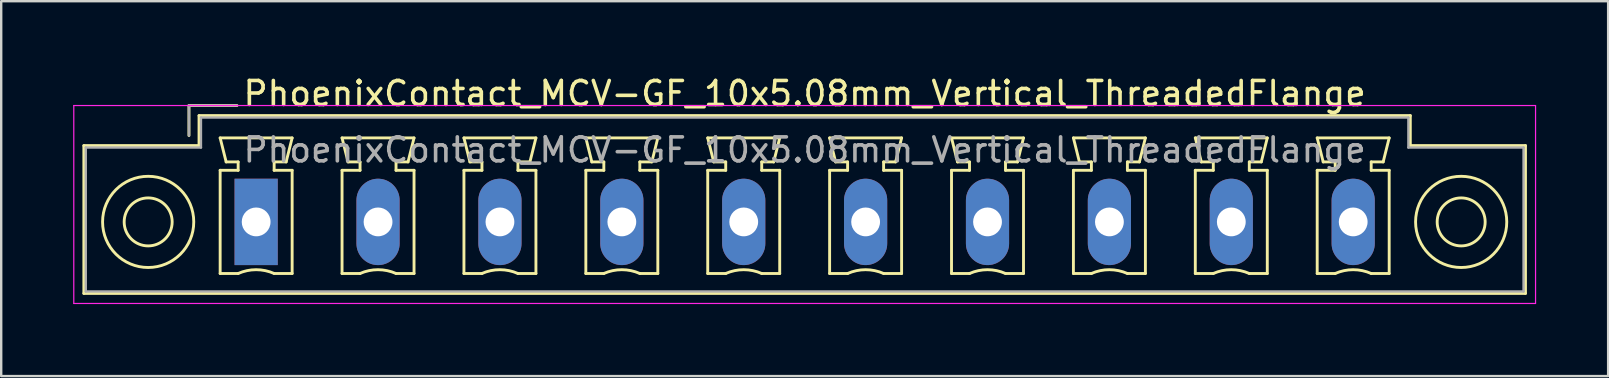
<source format=kicad_pcb>
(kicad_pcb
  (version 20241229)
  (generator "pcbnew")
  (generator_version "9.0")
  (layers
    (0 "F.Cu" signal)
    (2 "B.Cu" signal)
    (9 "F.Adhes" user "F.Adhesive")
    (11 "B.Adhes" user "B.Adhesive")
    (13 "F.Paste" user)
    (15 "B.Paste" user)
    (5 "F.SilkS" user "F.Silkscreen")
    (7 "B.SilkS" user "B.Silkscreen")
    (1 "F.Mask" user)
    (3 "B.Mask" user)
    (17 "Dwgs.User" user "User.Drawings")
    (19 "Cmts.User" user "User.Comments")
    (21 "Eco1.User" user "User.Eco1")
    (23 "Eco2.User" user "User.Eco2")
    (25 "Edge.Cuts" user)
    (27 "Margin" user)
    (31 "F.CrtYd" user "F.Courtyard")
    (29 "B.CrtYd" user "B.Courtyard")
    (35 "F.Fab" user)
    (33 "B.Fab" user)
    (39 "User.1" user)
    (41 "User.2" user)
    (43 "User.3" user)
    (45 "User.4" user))
  (footprint "PhoenixContact_MCV-GF_10x5.08mm_Vertical_ThreadedFlange"
    (layer "F.Cu")
    (at 7.625 6.198)
    (property "Reference" "PhoenixContact_MCV-GF_10x5.08mm_Vertical_ThreadedFlange" (at 22.86 -5.35 0) (layer "F.SilkS") (effects (font (size 1 1) (thickness 0.15))))
    (attr through_hole)
    (fp_line (start -7.18 -3.18) (end -7.18 2.98) (stroke (width 0.12) (type solid)) (layer "F.SilkS"))
    (fp_line (start -7.18 2.98) (end 52.9 2.98) (stroke (width 0.12) (type solid)) (layer "F.SilkS"))
    (fp_line (start -2.8 -4.85) (end -0.8 -4.85) (stroke (width 0.12) (type solid)) (layer "F.SilkS"))
    (fp_line (start -2.8 -3.6) (end -2.8 -4.85) (stroke (width 0.12) (type solid)) (layer "F.SilkS"))
    (fp_line (start -2.38 -4.43) (end -2.38 -3.18) (stroke (width 0.12) (type solid)) (layer "F.SilkS"))
    (fp_line (start -2.38 -3.18) (end -7.18 -3.18) (stroke (width 0.12) (type solid)) (layer "F.SilkS"))
    (fp_line (start -1.5 -3.5) (end 1.5 -3.5) (stroke (width 0.12) (type solid)) (layer "F.SilkS"))
    (fp_line (start -1.5 -2.15) (end -0.75 -2.15) (stroke (width 0.12) (type solid)) (layer "F.SilkS"))
    (fp_line (start -1.5 2.15) (end -1.5 -2.15) (stroke (width 0.12) (type solid)) (layer "F.SilkS"))
    (fp_line (start -1.25 -2.5) (end -1.5 -3.5) (stroke (width 0.12) (type solid)) (layer "F.SilkS"))
    (fp_line (start -0.75 -2.5) (end -1.25 -2.5) (stroke (width 0.12) (type solid)) (layer "F.SilkS"))
    (fp_line (start -0.75 -2.15) (end -0.75 -2.5) (stroke (width 0.12) (type solid)) (layer "F.SilkS"))
    (fp_line (start -0.75 2.15) (end -1.5 2.15) (stroke (width 0.12) (type solid)) (layer "F.SilkS"))
    (fp_line (start 0.75 -2.5) (end 0.75 -2.15) (stroke (width 0.12) (type solid)) (layer "F.SilkS"))
    (fp_line (start 0.75 -2.15) (end 1.5 -2.15) (stroke (width 0.12) (type solid)) (layer "F.SilkS"))
    (fp_line (start 1.25 -2.5) (end 0.75 -2.5) (stroke (width 0.12) (type solid)) (layer "F.SilkS"))
    (fp_line (start 1.5 -3.5) (end 1.25 -2.5) (stroke (width 0.12) (type solid)) (layer "F.SilkS"))
    (fp_line (start 1.5 -2.15) (end 1.5 2.15) (stroke (width 0.12) (type solid)) (layer "F.SilkS"))
    (fp_line (start 1.5 2.15) (end 0.75 2.15) (stroke (width 0.12) (type solid)) (layer "F.SilkS"))
    (fp_line (start 3.58 -3.5) (end 6.58 -3.5) (stroke (width 0.12) (type solid)) (layer "F.SilkS"))
    (fp_line (start 3.58 -2.15) (end 4.33 -2.15) (stroke (width 0.12) (type solid)) (layer "F.SilkS"))
    (fp_line (start 3.58 2.15) (end 3.58 -2.15) (stroke (width 0.12) (type solid)) (layer "F.SilkS"))
    (fp_line (start 3.83 -2.5) (end 3.58 -3.5) (stroke (width 0.12) (type solid)) (layer "F.SilkS"))
    (fp_line (start 4.33 -2.5) (end 3.83 -2.5) (stroke (width 0.12) (type solid)) (layer "F.SilkS"))
    (fp_line (start 4.33 -2.15) (end 4.33 -2.5) (stroke (width 0.12) (type solid)) (layer "F.SilkS"))
    (fp_line (start 4.33 2.15) (end 3.58 2.15) (stroke (width 0.12) (type solid)) (layer "F.SilkS"))
    (fp_line (start 5.83 -2.5) (end 5.83 -2.15) (stroke (width 0.12) (type solid)) (layer "F.SilkS"))
    (fp_line (start 5.83 -2.15) (end 6.58 -2.15) (stroke (width 0.12) (type solid)) (layer "F.SilkS"))
    (fp_line (start 6.33 -2.5) (end 5.83 -2.5) (stroke (width 0.12) (type solid)) (layer "F.SilkS"))
    (fp_line (start 6.58 -3.5) (end 6.33 -2.5) (stroke (width 0.12) (type solid)) (layer "F.SilkS"))
    (fp_line (start 6.58 -2.15) (end 6.58 2.15) (stroke (width 0.12) (type solid)) (layer "F.SilkS"))
    (fp_line (start 6.58 2.15) (end 5.83 2.15) (stroke (width 0.12) (type solid)) (layer "F.SilkS"))
    (fp_line (start 8.66 -3.5) (end 11.66 -3.5) (stroke (width 0.12) (type solid)) (layer "F.SilkS"))
    (fp_line (start 8.66 -2.15) (end 9.41 -2.15) (stroke (width 0.12) (type solid)) (layer "F.SilkS"))
    (fp_line (start 8.66 2.15) (end 8.66 -2.15) (stroke (width 0.12) (type solid)) (layer "F.SilkS"))
    (fp_line (start 8.91 -2.5) (end 8.66 -3.5) (stroke (width 0.12) (type solid)) (layer "F.SilkS"))
    (fp_line (start 9.41 -2.5) (end 8.91 -2.5) (stroke (width 0.12) (type solid)) (layer "F.SilkS"))
    (fp_line (start 9.41 -2.15) (end 9.41 -2.5) (stroke (width 0.12) (type solid)) (layer "F.SilkS"))
    (fp_line (start 9.41 2.15) (end 8.66 2.15) (stroke (width 0.12) (type solid)) (layer "F.SilkS"))
    (fp_line (start 10.91 -2.5) (end 10.91 -2.15) (stroke (width 0.12) (type solid)) (layer "F.SilkS"))
    (fp_line (start 10.91 -2.15) (end 11.66 -2.15) (stroke (width 0.12) (type solid)) (layer "F.SilkS"))
    (fp_line (start 11.41 -2.5) (end 10.91 -2.5) (stroke (width 0.12) (type solid)) (layer "F.SilkS"))
    (fp_line (start 11.66 -3.5) (end 11.41 -2.5) (stroke (width 0.12) (type solid)) (layer "F.SilkS"))
    (fp_line (start 11.66 -2.15) (end 11.66 2.15) (stroke (width 0.12) (type solid)) (layer "F.SilkS"))
    (fp_line (start 11.66 2.15) (end 10.91 2.15) (stroke (width 0.12) (type solid)) (layer "F.SilkS"))
    (fp_line (start 13.74 -3.5) (end 16.74 -3.5) (stroke (width 0.12) (type solid)) (layer "F.SilkS"))
    (fp_line (start 13.74 -2.15) (end 14.49 -2.15) (stroke (width 0.12) (type solid)) (layer "F.SilkS"))
    (fp_line (start 13.74 2.15) (end 13.74 -2.15) (stroke (width 0.12) (type solid)) (layer "F.SilkS"))
    (fp_line (start 13.99 -2.5) (end 13.74 -3.5) (stroke (width 0.12) (type solid)) (layer "F.SilkS"))
    (fp_line (start 14.49 -2.5) (end 13.99 -2.5) (stroke (width 0.12) (type solid)) (layer "F.SilkS"))
    (fp_line (start 14.49 -2.15) (end 14.49 -2.5) (stroke (width 0.12) (type solid)) (layer "F.SilkS"))
    (fp_line (start 14.49 2.15) (end 13.74 2.15) (stroke (width 0.12) (type solid)) (layer "F.SilkS"))
    (fp_line (start 15.99 -2.5) (end 15.99 -2.15) (stroke (width 0.12) (type solid)) (layer "F.SilkS"))
    (fp_line (start 15.99 -2.15) (end 16.74 -2.15) (stroke (width 0.12) (type solid)) (layer "F.SilkS"))
    (fp_line (start 16.49 -2.5) (end 15.99 -2.5) (stroke (width 0.12) (type solid)) (layer "F.SilkS"))
    (fp_line (start 16.74 -3.5) (end 16.49 -2.5) (stroke (width 0.12) (type solid)) (layer "F.SilkS"))
    (fp_line (start 16.74 -2.15) (end 16.74 2.15) (stroke (width 0.12) (type solid)) (layer "F.SilkS"))
    (fp_line (start 16.74 2.15) (end 15.99 2.15) (stroke (width 0.12) (type solid)) (layer "F.SilkS"))
    (fp_line (start 18.82 -3.5) (end 21.82 -3.5) (stroke (width 0.12) (type solid)) (layer "F.SilkS"))
    (fp_line (start 18.82 -2.15) (end 19.57 -2.15) (stroke (width 0.12) (type solid)) (layer "F.SilkS"))
    (fp_line (start 18.82 2.15) (end 18.82 -2.15) (stroke (width 0.12) (type solid)) (layer "F.SilkS"))
    (fp_line (start 19.07 -2.5) (end 18.82 -3.5) (stroke (width 0.12) (type solid)) (layer "F.SilkS"))
    (fp_line (start 19.57 -2.5) (end 19.07 -2.5) (stroke (width 0.12) (type solid)) (layer "F.SilkS"))
    (fp_line (start 19.57 -2.15) (end 19.57 -2.5) (stroke (width 0.12) (type solid)) (layer "F.SilkS"))
    (fp_line (start 19.57 2.15) (end 18.82 2.15) (stroke (width 0.12) (type solid)) (layer "F.SilkS"))
    (fp_line (start 21.07 -2.5) (end 21.07 -2.15) (stroke (width 0.12) (type solid)) (layer "F.SilkS"))
    (fp_line (start 21.07 -2.15) (end 21.82 -2.15) (stroke (width 0.12) (type solid)) (layer "F.SilkS"))
    (fp_line (start 21.57 -2.5) (end 21.07 -2.5) (stroke (width 0.12) (type solid)) (layer "F.SilkS"))
    (fp_line (start 21.82 -3.5) (end 21.57 -2.5) (stroke (width 0.12) (type solid)) (layer "F.SilkS"))
    (fp_line (start 21.82 -2.15) (end 21.82 2.15) (stroke (width 0.12) (type solid)) (layer "F.SilkS"))
    (fp_line (start 21.82 2.15) (end 21.07 2.15) (stroke (width 0.12) (type solid)) (layer "F.SilkS"))
    (fp_line (start 23.9 -3.5) (end 26.9 -3.5) (stroke (width 0.12) (type solid)) (layer "F.SilkS"))
    (fp_line (start 23.9 -2.15) (end 24.65 -2.15) (stroke (width 0.12) (type solid)) (layer "F.SilkS"))
    (fp_line (start 23.9 2.15) (end 23.9 -2.15) (stroke (width 0.12) (type solid)) (layer "F.SilkS"))
    (fp_line (start 24.15 -2.5) (end 23.9 -3.5) (stroke (width 0.12) (type solid)) (layer "F.SilkS"))
    (fp_line (start 24.65 -2.5) (end 24.15 -2.5) (stroke (width 0.12) (type solid)) (layer "F.SilkS"))
    (fp_line (start 24.65 -2.15) (end 24.65 -2.5) (stroke (width 0.12) (type solid)) (layer "F.SilkS"))
    (fp_line (start 24.65 2.15) (end 23.9 2.15) (stroke (width 0.12) (type solid)) (layer "F.SilkS"))
    (fp_line (start 26.15 -2.5) (end 26.15 -2.15) (stroke (width 0.12) (type solid)) (layer "F.SilkS"))
    (fp_line (start 26.15 -2.15) (end 26.9 -2.15) (stroke (width 0.12) (type solid)) (layer "F.SilkS"))
    (fp_line (start 26.65 -2.5) (end 26.15 -2.5) (stroke (width 0.12) (type solid)) (layer "F.SilkS"))
    (fp_line (start 26.9 -3.5) (end 26.65 -2.5) (stroke (width 0.12) (type solid)) (layer "F.SilkS"))
    (fp_line (start 26.9 -2.15) (end 26.9 2.15) (stroke (width 0.12) (type solid)) (layer "F.SilkS"))
    (fp_line (start 26.9 2.15) (end 26.15 2.15) (stroke (width 0.12) (type solid)) (layer "F.SilkS"))
    (fp_line (start 28.98 -3.5) (end 31.98 -3.5) (stroke (width 0.12) (type solid)) (layer "F.SilkS"))
    (fp_line (start 28.98 -2.15) (end 29.73 -2.15) (stroke (width 0.12) (type solid)) (layer "F.SilkS"))
    (fp_line (start 28.98 2.15) (end 28.98 -2.15) (stroke (width 0.12) (type solid)) (layer "F.SilkS"))
    (fp_line (start 29.23 -2.5) (end 28.98 -3.5) (stroke (width 0.12) (type solid)) (layer "F.SilkS"))
    (fp_line (start 29.73 -2.5) (end 29.23 -2.5) (stroke (width 0.12) (type solid)) (layer "F.SilkS"))
    (fp_line (start 29.73 -2.15) (end 29.73 -2.5) (stroke (width 0.12) (type solid)) (layer "F.SilkS"))
    (fp_line (start 29.73 2.15) (end 28.98 2.15) (stroke (width 0.12) (type solid)) (layer "F.SilkS"))
    (fp_line (start 31.23 -2.5) (end 31.23 -2.15) (stroke (width 0.12) (type solid)) (layer "F.SilkS"))
    (fp_line (start 31.23 -2.15) (end 31.98 -2.15) (stroke (width 0.12) (type solid)) (layer "F.SilkS"))
    (fp_line (start 31.73 -2.5) (end 31.23 -2.5) (stroke (width 0.12) (type solid)) (layer "F.SilkS"))
    (fp_line (start 31.98 -3.5) (end 31.73 -2.5) (stroke (width 0.12) (type solid)) (layer "F.SilkS"))
    (fp_line (start 31.98 -2.15) (end 31.98 2.15) (stroke (width 0.12) (type solid)) (layer "F.SilkS"))
    (fp_line (start 31.98 2.15) (end 31.23 2.15) (stroke (width 0.12) (type solid)) (layer "F.SilkS"))
    (fp_line (start 34.06 -3.5) (end 37.06 -3.5) (stroke (width 0.12) (type solid)) (layer "F.SilkS"))
    (fp_line (start 34.06 -2.15) (end 34.81 -2.15) (stroke (width 0.12) (type solid)) (layer "F.SilkS"))
    (fp_line (start 34.06 2.15) (end 34.06 -2.15) (stroke (width 0.12) (type solid)) (layer "F.SilkS"))
    (fp_line (start 34.31 -2.5) (end 34.06 -3.5) (stroke (width 0.12) (type solid)) (layer "F.SilkS"))
    (fp_line (start 34.81 -2.5) (end 34.31 -2.5) (stroke (width 0.12) (type solid)) (layer "F.SilkS"))
    (fp_line (start 34.81 -2.15) (end 34.81 -2.5) (stroke (width 0.12) (type solid)) (layer "F.SilkS"))
    (fp_line (start 34.81 2.15) (end 34.06 2.15) (stroke (width 0.12) (type solid)) (layer "F.SilkS"))
    (fp_line (start 36.31 -2.5) (end 36.31 -2.15) (stroke (width 0.12) (type solid)) (layer "F.SilkS"))
    (fp_line (start 36.31 -2.15) (end 37.06 -2.15) (stroke (width 0.12) (type solid)) (layer "F.SilkS"))
    (fp_line (start 36.81 -2.5) (end 36.31 -2.5) (stroke (width 0.12) (type solid)) (layer "F.SilkS"))
    (fp_line (start 37.06 -3.5) (end 36.81 -2.5) (stroke (width 0.12) (type solid)) (layer "F.SilkS"))
    (fp_line (start 37.06 -2.15) (end 37.06 2.15) (stroke (width 0.12) (type solid)) (layer "F.SilkS"))
    (fp_line (start 37.06 2.15) (end 36.31 2.15) (stroke (width 0.12) (type solid)) (layer "F.SilkS"))
    (fp_line (start 39.14 -3.5) (end 42.14 -3.5) (stroke (width 0.12) (type solid)) (layer "F.SilkS"))
    (fp_line (start 39.14 -2.15) (end 39.89 -2.15) (stroke (width 0.12) (type solid)) (layer "F.SilkS"))
    (fp_line (start 39.14 2.15) (end 39.14 -2.15) (stroke (width 0.12) (type solid)) (layer "F.SilkS"))
    (fp_line (start 39.39 -2.5) (end 39.14 -3.5) (stroke (width 0.12) (type solid)) (layer "F.SilkS"))
    (fp_line (start 39.89 -2.5) (end 39.39 -2.5) (stroke (width 0.12) (type solid)) (layer "F.SilkS"))
    (fp_line (start 39.89 -2.15) (end 39.89 -2.5) (stroke (width 0.12) (type solid)) (layer "F.SilkS"))
    (fp_line (start 39.89 2.15) (end 39.14 2.15) (stroke (width 0.12) (type solid)) (layer "F.SilkS"))
    (fp_line (start 41.39 -2.5) (end 41.39 -2.15) (stroke (width 0.12) (type solid)) (layer "F.SilkS"))
    (fp_line (start 41.39 -2.15) (end 42.14 -2.15) (stroke (width 0.12) (type solid)) (layer "F.SilkS"))
    (fp_line (start 41.89 -2.5) (end 41.39 -2.5) (stroke (width 0.12) (type solid)) (layer "F.SilkS"))
    (fp_line (start 42.14 -3.5) (end 41.89 -2.5) (stroke (width 0.12) (type solid)) (layer "F.SilkS"))
    (fp_line (start 42.14 -2.15) (end 42.14 2.15) (stroke (width 0.12) (type solid)) (layer "F.SilkS"))
    (fp_line (start 42.14 2.15) (end 41.39 2.15) (stroke (width 0.12) (type solid)) (layer "F.SilkS"))
    (fp_line (start 44.22 -3.5) (end 47.22 -3.5) (stroke (width 0.12) (type solid)) (layer "F.SilkS"))
    (fp_line (start 44.22 -2.15) (end 44.97 -2.15) (stroke (width 0.12) (type solid)) (layer "F.SilkS"))
    (fp_line (start 44.22 2.15) (end 44.22 -2.15) (stroke (width 0.12) (type solid)) (layer "F.SilkS"))
    (fp_line (start 44.47 -2.5) (end 44.22 -3.5) (stroke (width 0.12) (type solid)) (layer "F.SilkS"))
    (fp_line (start 44.97 -2.5) (end 44.47 -2.5) (stroke (width 0.12) (type solid)) (layer "F.SilkS"))
    (fp_line (start 44.97 -2.15) (end 44.97 -2.5) (stroke (width 0.12) (type solid)) (layer "F.SilkS"))
    (fp_line (start 44.97 2.15) (end 44.22 2.15) (stroke (width 0.12) (type solid)) (layer "F.SilkS"))
    (fp_line (start 46.47 -2.5) (end 46.47 -2.15) (stroke (width 0.12) (type solid)) (layer "F.SilkS"))
    (fp_line (start 46.47 -2.15) (end 47.22 -2.15) (stroke (width 0.12) (type solid)) (layer "F.SilkS"))
    (fp_line (start 46.97 -2.5) (end 46.47 -2.5) (stroke (width 0.12) (type solid)) (layer "F.SilkS"))
    (fp_line (start 47.22 -3.5) (end 46.97 -2.5) (stroke (width 0.12) (type solid)) (layer "F.SilkS"))
    (fp_line (start 47.22 -2.15) (end 47.22 2.15) (stroke (width 0.12) (type solid)) (layer "F.SilkS"))
    (fp_line (start 47.22 2.15) (end 46.47 2.15) (stroke (width 0.12) (type solid)) (layer "F.SilkS"))
    (fp_line (start 48.1 -4.43) (end -2.38 -4.43) (stroke (width 0.12) (type solid)) (layer "F.SilkS"))
    (fp_line (start 48.1 -3.18) (end 48.1 -4.43) (stroke (width 0.12) (type solid)) (layer "F.SilkS"))
    (fp_line (start 52.9 -3.18) (end 48.1 -3.18) (stroke (width 0.12) (type solid)) (layer "F.SilkS"))
    (fp_line (start 52.9 2.98) (end 52.9 -3.18) (stroke (width 0.12) (type solid)) (layer "F.SilkS"))
    (fp_arc (start -0.75 2.15) (mid -0.000193 1.99191) (end 0.749647 2.149844) (stroke (width 0.12) (type solid)) (layer "F.SilkS"))
    (fp_arc (start 4.33 2.15) (mid 5.079807 1.99191) (end 5.829647 2.149844) (stroke (width 0.12) (type solid)) (layer "F.SilkS"))
    (fp_arc (start 9.41 2.15) (mid 10.159807 1.99191) (end 10.909647 2.149844) (stroke (width 0.12) (type solid)) (layer "F.SilkS"))
    (fp_arc (start 14.49 2.15) (mid 15.239807 1.99191) (end 15.989647 2.149844) (stroke (width 0.12) (type solid)) (layer "F.SilkS"))
    (fp_arc (start 19.57 2.15) (mid 20.319807 1.99191) (end 21.069647 2.149844) (stroke (width 0.12) (type solid)) (layer "F.SilkS"))
    (fp_arc (start 24.65 2.15) (mid 25.399807 1.99191) (end 26.149647 2.149844) (stroke (width 0.12) (type solid)) (layer "F.SilkS"))
    (fp_arc (start 29.73 2.15) (mid 30.479807 1.99191) (end 31.229647 2.149844) (stroke (width 0.12) (type solid)) (layer "F.SilkS"))
    (fp_arc (start 34.81 2.15) (mid 35.559807 1.99191) (end 36.309647 2.149844) (stroke (width 0.12) (type solid)) (layer "F.SilkS"))
    (fp_arc (start 39.89 2.15) (mid 40.639807 1.99191) (end 41.389647 2.149844) (stroke (width 0.12) (type solid)) (layer "F.SilkS"))
    (fp_arc (start 44.97 2.15) (mid 45.719807 1.99191) (end 46.469647 2.149844) (stroke (width 0.12) (type solid)) (layer "F.SilkS"))
    (fp_circle (center -4.5 0) (end -3.5 0) (stroke (width 0.12) (type solid)) (fill no) (layer "F.SilkS"))
    (fp_circle (center -4.5 0) (end -2.6 0) (stroke (width 0.12) (type solid)) (fill no) (layer "F.SilkS"))
    (fp_circle (center 50.22 0) (end 51.22 0) (stroke (width 0.12) (type solid)) (fill no) (layer "F.SilkS"))
    (fp_circle (center 50.22 0) (end 52.12 0) (stroke (width 0.12) (type solid)) (fill no) (layer "F.SilkS"))
    (fp_line (start -7.6 -4.85) (end -7.6 3.4) (stroke (width 0.05) (type solid)) (layer "F.CrtYd"))
    (fp_line (start -7.6 3.4) (end 53.32 3.4) (stroke (width 0.05) (type solid)) (layer "F.CrtYd"))
    (fp_line (start 53.32 -4.85) (end -7.6 -4.85) (stroke (width 0.05) (type solid)) (layer "F.CrtYd"))
    (fp_line (start 53.32 3.4) (end 53.32 -4.85) (stroke (width 0.05) (type solid)) (layer "F.CrtYd"))
    (fp_line (start -7.1 -3.1) (end -7.1 2.9) (stroke (width 0.1) (type solid)) (layer "F.Fab"))
    (fp_line (start -7.1 2.9) (end 52.82 2.9) (stroke (width 0.1) (type solid)) (layer "F.Fab"))
    (fp_line (start -2.8 -4.85) (end -0.8 -4.85) (stroke (width 0.1) (type solid)) (layer "F.Fab"))
    (fp_line (start -2.8 -3.6) (end -2.8 -4.85) (stroke (width 0.1) (type solid)) (layer "F.Fab"))
    (fp_line (start -2.3 -4.35) (end -2.3 -3.1) (stroke (width 0.1) (type solid)) (layer "F.Fab"))
    (fp_line (start -2.3 -3.1) (end -7.1 -3.1) (stroke (width 0.1) (type solid)) (layer "F.Fab"))
    (fp_line (start 48.02 -4.35) (end -2.3 -4.35) (stroke (width 0.1) (type solid)) (layer "F.Fab"))
    (fp_line (start 48.02 -3.1) (end 48.02 -4.35) (stroke (width 0.1) (type solid)) (layer "F.Fab"))
    (fp_line (start 52.82 -3.1) (end 48.02 -3.1) (stroke (width 0.1) (type solid)) (layer "F.Fab"))
    (fp_line (start 52.82 2.9) (end 52.82 -3.1) (stroke (width 0.1) (type solid)) (layer "F.Fab"))
    (fp_text user "${REFERENCE}" (at 22.86 -3 0) (layer "F.Fab") (effects (font (size 1 1) (thickness 0.15))))
    (pad "1" thru_hole rect (at 0 0) (size 1.8 3.6) (drill 1.2) (layers "*.Cu" "*.Mask"))
    (pad "2" thru_hole oval (at 5.08 0) (size 1.8 3.6) (drill 1.2) (layers "*.Cu" "*.Mask"))
    (pad "3" thru_hole oval (at 10.16 0) (size 1.8 3.6) (drill 1.2) (layers "*.Cu" "*.Mask"))
    (pad "4" thru_hole oval (at 15.24 0) (size 1.8 3.6) (drill 1.2) (layers "*.Cu" "*.Mask"))
    (pad "5" thru_hole oval (at 20.32 0) (size 1.8 3.6) (drill 1.2) (layers "*.Cu" "*.Mask"))
    (pad "6" thru_hole oval (at 25.4 0) (size 1.8 3.6) (drill 1.2) (layers "*.Cu" "*.Mask"))
    (pad "7" thru_hole oval (at 30.48 0) (size 1.8 3.6) (drill 1.2) (layers "*.Cu" "*.Mask"))
    (pad "8" thru_hole oval (at 35.56 0) (size 1.8 3.6) (drill 1.2) (layers "*.Cu" "*.Mask"))
    (pad "9" thru_hole oval (at 40.64 0) (size 1.8 3.6) (drill 1.2) (layers "*.Cu" "*.Mask"))
    (pad "10" thru_hole oval (at 45.72 0) (size 1.8 3.6) (drill 1.2) (layers "*.Cu" "*.Mask")))
  (gr_rect
    (start -3 -3)
    (end 63.97 12.623)
    (stroke (width 0.1) (type default))
    (fill no)
    (layer "Edge.Cuts")))
</source>
